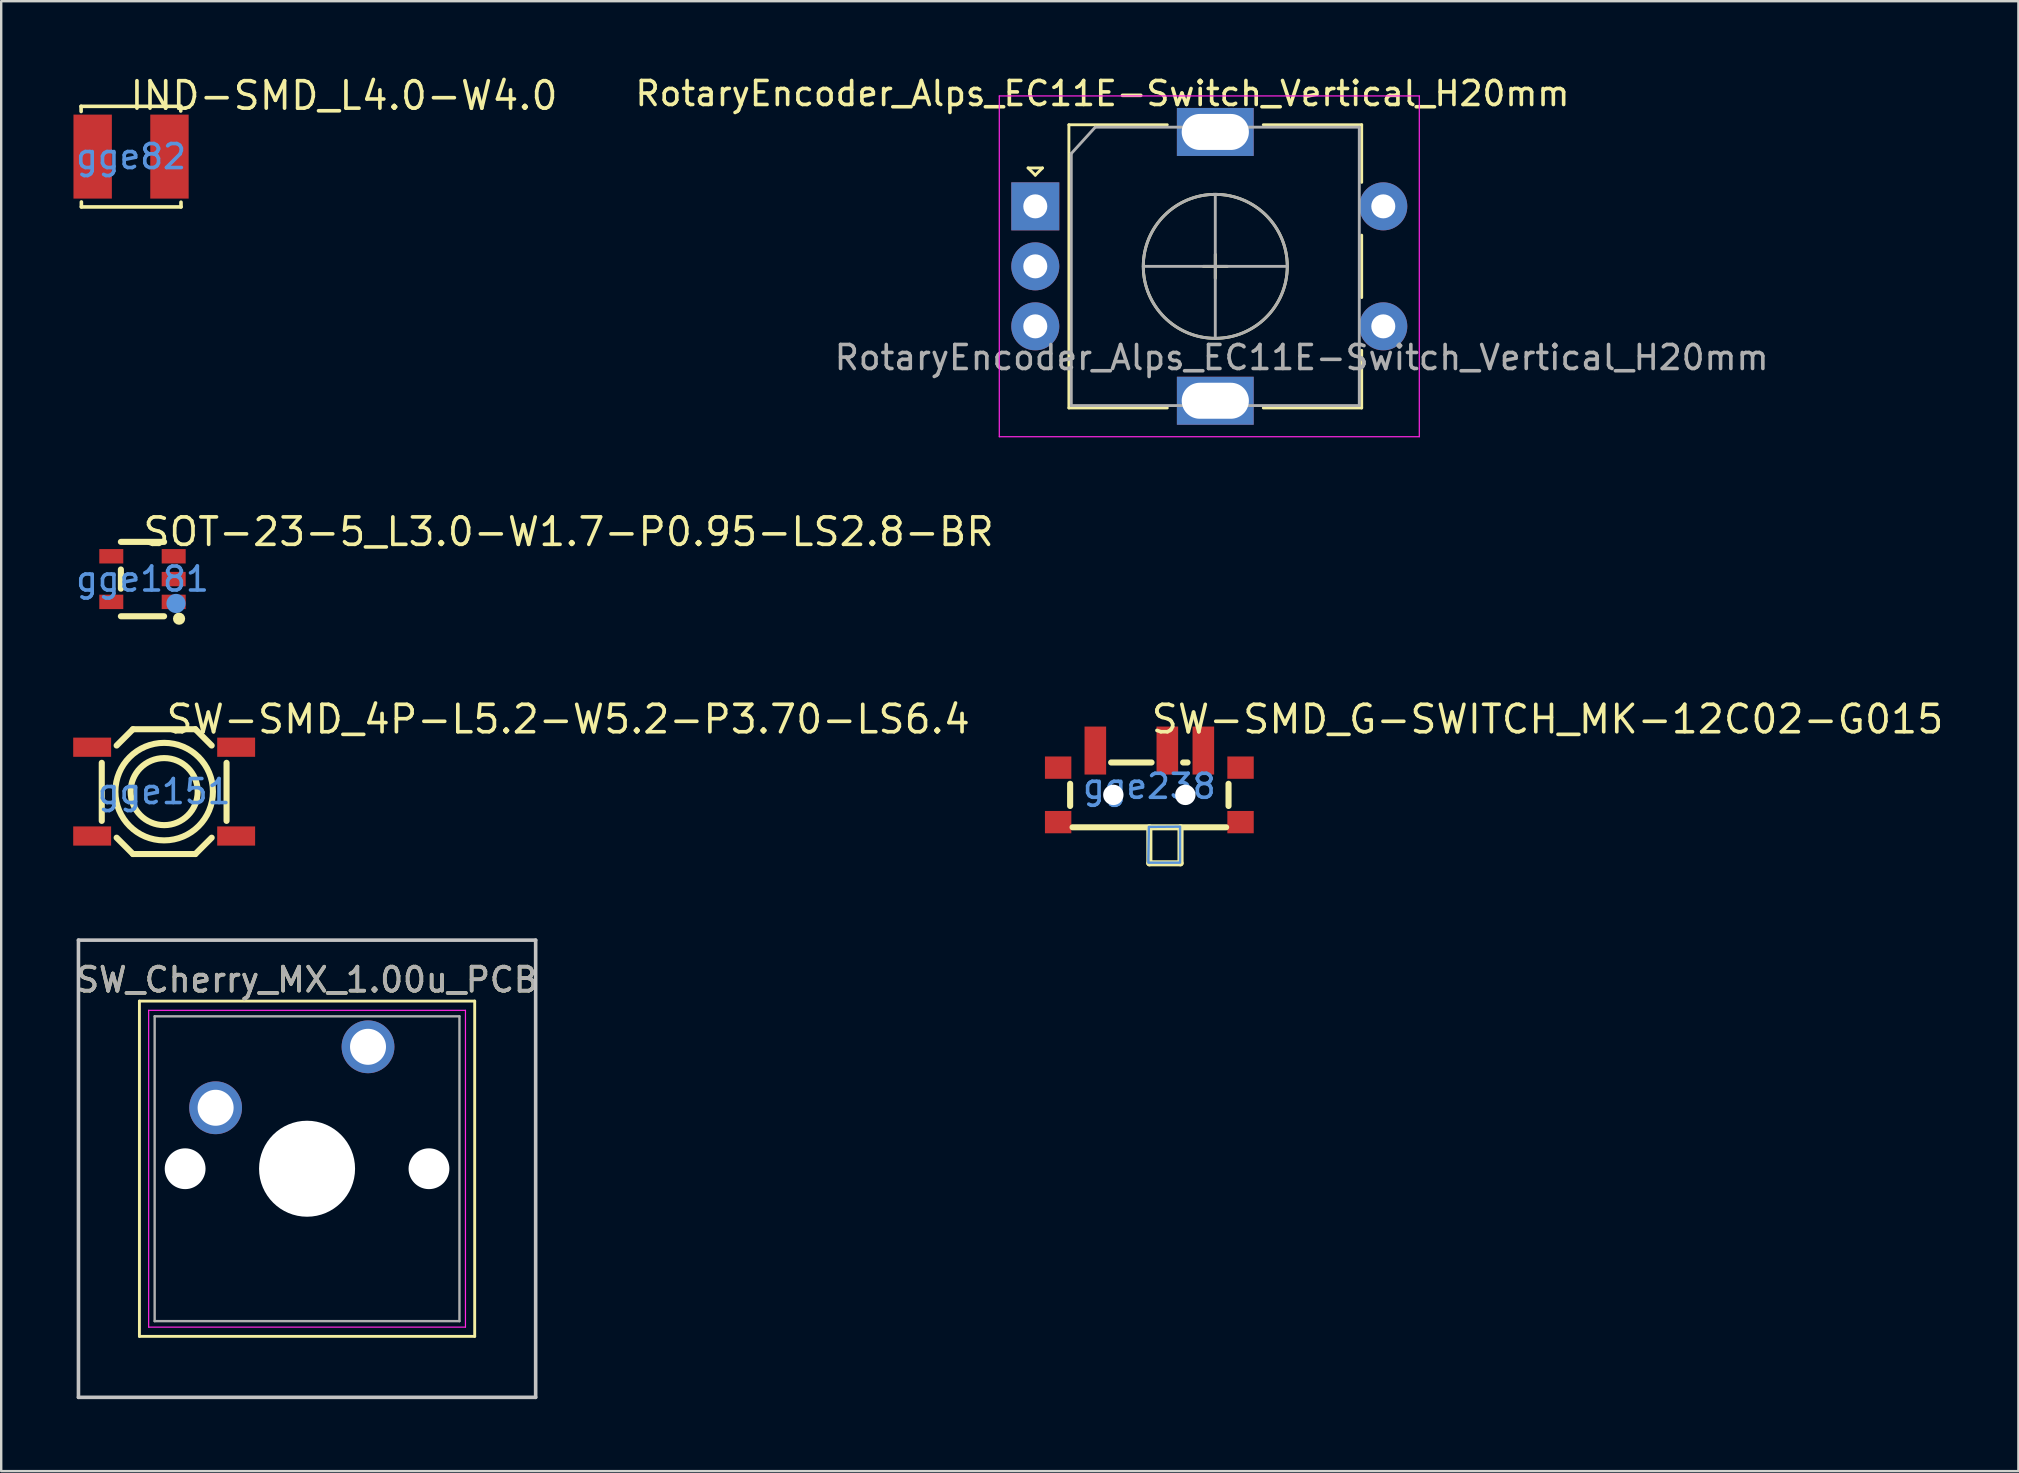
<source format=kicad_pcb>
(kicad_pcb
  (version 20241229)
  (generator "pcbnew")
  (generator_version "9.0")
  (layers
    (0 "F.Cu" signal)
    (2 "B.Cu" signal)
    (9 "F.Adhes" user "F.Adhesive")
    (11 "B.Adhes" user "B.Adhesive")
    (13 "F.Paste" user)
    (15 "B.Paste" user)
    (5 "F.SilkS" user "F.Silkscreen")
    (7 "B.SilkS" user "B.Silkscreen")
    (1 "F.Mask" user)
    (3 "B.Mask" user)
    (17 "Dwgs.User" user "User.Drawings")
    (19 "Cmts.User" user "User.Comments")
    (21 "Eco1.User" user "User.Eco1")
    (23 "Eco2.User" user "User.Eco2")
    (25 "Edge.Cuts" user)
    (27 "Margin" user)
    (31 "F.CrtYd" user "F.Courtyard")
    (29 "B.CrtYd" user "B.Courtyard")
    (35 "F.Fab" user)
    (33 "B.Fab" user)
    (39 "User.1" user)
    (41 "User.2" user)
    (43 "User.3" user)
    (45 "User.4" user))
  (footprint "SW-SMD_4P-L5.2-W5.2-P3.70-LS6.4"
    (layer "F.Cu")
    (at 3.79 29.934)
    (property "Reference" "SW-SMD_4P-L5.2-W5.2-P3.70-LS6.4" (at -0.002 -3.016 0) (layer "F.SilkS") (effects (font (size 1.143 1.143) (thickness 0.152)) (justify left)))
    (attr smd)
    (fp_line (start -2.6 -1.2) (end -2.6 1.219) (stroke (width 0.254) (type solid)) (layer "F.SilkS"))
    (fp_line (start -1.98 1.92) (end -1.3 2.6) (stroke (width 0.254) (type solid)) (layer "F.SilkS"))
    (fp_line (start -1.3 -2.6) (end -1.98 -1.92) (stroke (width 0.254) (type solid)) (layer "F.SilkS"))
    (fp_line (start -1.3 2.6) (end 1.3 2.6) (stroke (width 0.254) (type solid)) (layer "F.SilkS"))
    (fp_line (start 1.3 -2.6) (end -1.3 -2.6) (stroke (width 0.254) (type solid)) (layer "F.SilkS"))
    (fp_line (start 1.3 2.6) (end 1.98 1.92) (stroke (width 0.254) (type solid)) (layer "F.SilkS"))
    (fp_line (start 1.98 -1.92) (end 1.3 -2.6) (stroke (width 0.254) (type solid)) (layer "F.SilkS"))
    (fp_line (start 2.6 -1.2) (end 2.6 1.219) (stroke (width 0.254) (type solid)) (layer "F.SilkS"))
    (fp_circle (center 0 0) (end 1.397 0) (stroke (width 0.254) (type solid)) (fill no) (layer "F.SilkS"))
    (fp_circle (center 0 0) (end 2.032 0) (stroke (width 0.254) (type solid)) (fill no) (layer "F.SilkS"))
    (fp_text user "gge151" (at 0 0 0) (layer "Cmts.User") (effects (font (size 1 1) (thickness 0.15))))
    (pad "1" smd rect (at -3 -1.85) (size 1.58 0.8) (layers "F.Cu" "F.Mask" "F.Paste"))
    (pad "2" smd rect (at 3 -1.85) (size 1.58 0.8) (layers "F.Cu" "F.Mask" "F.Paste"))
    (pad "3" smd rect (at -3 1.85) (size 1.58 0.8) (layers "F.Cu" "F.Mask" "F.Paste"))
    (pad "4" smd rect (at 3 1.85) (size 1.58 0.8) (layers "F.Cu" "F.Mask" "F.Paste")))
  (footprint "RotaryEncoder_Alps_EC11E-Switch_Vertical_H20mm"
    (layer "F.Cu")
    (at 40.087 5.548)
    (property "Reference" "RotaryEncoder_Alps_EC11E-Switch_Vertical_H20mm" (at 2.8 -4.7 0) (layer "F.SilkS") (effects (font (size 1 1) (thickness 0.15))))
    (attr through_hole)
    (fp_line (start -0.3 -1.6) (end 0.3 -1.6) (stroke (width 0.12) (type solid)) (layer "F.SilkS"))
    (fp_line (start 0 -1.3) (end -0.3 -1.6) (stroke (width 0.12) (type solid)) (layer "F.SilkS"))
    (fp_line (start 0.3 -1.6) (end 0 -1.3) (stroke (width 0.12) (type solid)) (layer "F.SilkS"))
    (fp_line (start 1.4 -3.4) (end 1.4 8.4) (stroke (width 0.12) (type solid)) (layer "F.SilkS"))
    (fp_line (start 5.5 -3.4) (end 1.4 -3.4) (stroke (width 0.12) (type solid)) (layer "F.SilkS"))
    (fp_line (start 5.5 8.4) (end 1.4 8.4) (stroke (width 0.12) (type solid)) (layer "F.SilkS"))
    (fp_line (start 7 2.5) (end 8 2.5) (stroke (width 0.12) (type solid)) (layer "F.SilkS"))
    (fp_line (start 7.5 2) (end 7.5 3) (stroke (width 0.12) (type solid)) (layer "F.SilkS"))
    (fp_line (start 9.5 -3.4) (end 13.6 -3.4) (stroke (width 0.12) (type solid)) (layer "F.SilkS"))
    (fp_line (start 13.6 -3.4) (end 13.6 -1) (stroke (width 0.12) (type solid)) (layer "F.SilkS"))
    (fp_line (start 13.6 1.2) (end 13.6 3.8) (stroke (width 0.12) (type solid)) (layer "F.SilkS"))
    (fp_line (start 13.6 6) (end 13.6 8.4) (stroke (width 0.12) (type solid)) (layer "F.SilkS"))
    (fp_line (start 13.6 8.4) (end 9.5 8.4) (stroke (width 0.12) (type solid)) (layer "F.SilkS"))
    (fp_circle (center 7.5 2.5) (end 10.5 2.5) (stroke (width 0.12) (type solid)) (fill no) (layer "F.SilkS"))
    (fp_line (start -1.5 -4.6) (end -1.5 9.6) (stroke (width 0.05) (type solid)) (layer "F.CrtYd"))
    (fp_line (start -1.5 -4.6) (end 16 -4.6) (stroke (width 0.05) (type solid)) (layer "F.CrtYd"))
    (fp_line (start 16 9.6) (end -1.5 9.6) (stroke (width 0.05) (type solid)) (layer "F.CrtYd"))
    (fp_line (start 16 9.6) (end 16 -4.6) (stroke (width 0.05) (type solid)) (layer "F.CrtYd"))
    (fp_line (start 1.5 -2.2) (end 2.5 -3.3) (stroke (width 0.12) (type solid)) (layer "F.Fab"))
    (fp_line (start 1.5 8.3) (end 1.5 -2.2) (stroke (width 0.12) (type solid)) (layer "F.Fab"))
    (fp_line (start 2.5 -3.3) (end 13.5 -3.3) (stroke (width 0.12) (type solid)) (layer "F.Fab"))
    (fp_line (start 4.5 2.5) (end 10.5 2.5) (stroke (width 0.12) (type solid)) (layer "F.Fab"))
    (fp_line (start 7.5 -0.5) (end 7.5 5.5) (stroke (width 0.12) (type solid)) (layer "F.Fab"))
    (fp_line (start 13.5 -3.3) (end 13.5 8.3) (stroke (width 0.12) (type solid)) (layer "F.Fab"))
    (fp_line (start 13.5 8.3) (end 1.5 8.3) (stroke (width 0.12) (type solid)) (layer "F.Fab"))
    (fp_circle (center 7.5 2.5) (end 10.5 2.5) (stroke (width 0.12) (type solid)) (fill no) (layer "F.Fab"))
    (fp_text user "${REFERENCE}" (at 11.1 6.3 0) (layer "F.Fab") (effects (font (size 1 1) (thickness 0.15))))
    (pad "A" thru_hole rect (at 0 0) (size 2 2) (drill 1) (layers "*.Cu" "*.Mask"))
    (pad "B" thru_hole circle (at 0 5) (size 2 2) (drill 1) (layers "*.Cu" "*.Mask"))
    (pad "C" thru_hole circle (at 0 2.5) (size 2 2) (drill 1) (layers "*.Cu" "*.Mask"))
    (pad "MP" thru_hole rect (at 7.5 -3.1) (size 3.2 2) (drill oval 2.8 1.5) (layers "*.Cu" "*.Mask"))
    (pad "MP" thru_hole rect (at 7.5 8.1) (size 3.2 2) (drill oval 2.8 1.5) (layers "*.Cu" "*.Mask"))
    (pad "S1" thru_hole circle (at 14.5 5) (size 2 2) (drill 1) (layers "*.Cu" "*.Mask"))
    (pad "S2" thru_hole circle (at 14.5 0) (size 2 2) (drill 1) (layers "*.Cu" "*.Mask")))
  (footprint "SW-SMD_G-SWITCH_MK-12C02-G015"
    (layer "F.Cu")
    (at 44.839 29.714)
    (property "Reference" "SW-SMD_G-SWITCH_MK-12C02-G015" (at 0 -2.796 0) (layer "F.SilkS") (effects (font (size 1.143 1.143) (thickness 0.152)) (justify left)))
    (attr smd)
    (fp_line (start -3.3 0.818) (end -3.3 -0.106) (stroke (width 0.254) (type solid)) (layer "F.SilkS"))
    (fp_line (start 0 3.206) (end 0 1.706) (stroke (width 0.254) (type solid)) (layer "F.SilkS"))
    (fp_line (start 0.092 -0.994) (end -1.592 -0.994) (stroke (width 0.254) (type solid)) (layer "F.SilkS"))
    (fp_line (start 1.3 1.706) (end 1.3 3.206) (stroke (width 0.254) (type solid)) (layer "F.SilkS"))
    (fp_line (start 1.3 3.206) (end 0 3.206) (stroke (width 0.254) (type solid)) (layer "F.SilkS"))
    (fp_line (start 1.592 -0.994) (end 1.408 -0.994) (stroke (width 0.254) (type solid)) (layer "F.SilkS"))
    (fp_line (start 3.2 1.706) (end -3.2 1.706) (stroke (width 0.254) (type solid)) (layer "F.SilkS"))
    (fp_line (start 3.3 0.818) (end 3.3 -0.106) (stroke (width 0.254) (type solid)) (layer "F.SilkS"))
    (fp_circle (center -1.5 0.356) (end -1.325 0.356) (stroke (width 0.35) (type solid)) (fill no) (layer "Cmts.User"))
    (fp_circle (center 1.5 0.356) (end 1.675 0.356) (stroke (width 0.35) (type solid)) (fill no) (layer "Cmts.User"))
    (fp_poly (pts (xy -0.02 1.69) (xy 1.28 1.68) (xy 1.28 3.18) (xy -0.04 3.18) (xy -0.04 3)) (stroke (width 0.1) (type solid)) (fill no) (layer "Cmts.User"))
    (fp_text user "gge238" (at 0 0 0) (layer "Cmts.User") (effects (font (size 1 1) (thickness 0.15))))
    (pad "" np_thru_hole circle (at -1.5 0.356) (size 0.85 0.85) (drill 0.85) (layers "*.Cu" "*.Mask"))
    (pad "" np_thru_hole circle (at 1.5 0.356) (size 0.85 0.85) (drill 0.85) (layers "*.Cu" "*.Mask"))
    (pad "1" smd rect (at -2.25 -1.491) (size 0.9 2) (layers "F.Cu" "F.Mask" "F.Paste"))
    (pad "2" smd rect (at 0.75 -1.491) (size 0.9 2) (layers "F.Cu" "F.Mask" "F.Paste"))
    (pad "3" smd rect (at 2.25 -1.491) (size 0.9 2) (layers "F.Cu" "F.Mask" "F.Paste"))
    (pad "4" smd rect (at 3.8 -0.779) (size 1.1 0.93) (layers "F.Cu" "F.Mask" "F.Paste"))
    (pad "5" smd rect (at 3.8 1.491) (size 1.1 0.93) (layers "F.Cu" "F.Mask" "F.Paste"))
    (pad "6" smd rect (at -3.8 1.491) (size 1.1 0.93) (layers "F.Cu" "F.Mask" "F.Paste"))
    (pad "7" smd rect (at -3.8 -0.779 180) (size 1.1 0.93) (layers "F.Cu" "F.Mask" "F.Paste")))
  (footprint "SW_Cherry_MX_1.00u_PCB"
    (layer "F.Cu")
    (at 12.284 40.567)
    (property "Reference" "SW_Cherry_MX_1.00u_PCB" (at -2.54 -2.794 0) (layer "F.SilkS") (effects (font (size 1 1) (thickness 0.15))))
    (attr through_hole)
    (fp_line (start -9.525 -1.905) (end 4.445 -1.905) (stroke (width 0.12) (type solid)) (layer "F.SilkS"))
    (fp_line (start -9.525 12.065) (end -9.525 -1.905) (stroke (width 0.12) (type solid)) (layer "F.SilkS"))
    (fp_line (start 4.445 -1.905) (end 4.445 12.065) (stroke (width 0.12) (type solid)) (layer "F.SilkS"))
    (fp_line (start 4.445 12.065) (end -9.525 12.065) (stroke (width 0.12) (type solid)) (layer "F.SilkS"))
    (fp_line (start -12.065 -4.445) (end 6.985 -4.445) (stroke (width 0.15) (type solid)) (layer "Dwgs.User"))
    (fp_line (start -12.065 14.605) (end -12.065 -4.445) (stroke (width 0.15) (type solid)) (layer "Dwgs.User"))
    (fp_line (start 6.985 -4.445) (end 6.985 14.605) (stroke (width 0.15) (type solid)) (layer "Dwgs.User"))
    (fp_line (start 6.985 14.605) (end -12.065 14.605) (stroke (width 0.15) (type solid)) (layer "Dwgs.User"))
    (fp_line (start -9.14 -1.52) (end 4.06 -1.52) (stroke (width 0.05) (type solid)) (layer "F.CrtYd"))
    (fp_line (start -9.14 11.68) (end -9.14 -1.52) (stroke (width 0.05) (type solid)) (layer "F.CrtYd"))
    (fp_line (start 4.06 -1.52) (end 4.06 11.68) (stroke (width 0.05) (type solid)) (layer "F.CrtYd"))
    (fp_line (start 4.06 11.68) (end -9.14 11.68) (stroke (width 0.05) (type solid)) (layer "F.CrtYd"))
    (fp_line (start -8.89 -1.27) (end 3.81 -1.27) (stroke (width 0.1) (type solid)) (layer "F.Fab"))
    (fp_line (start -8.89 11.43) (end -8.89 -1.27) (stroke (width 0.1) (type solid)) (layer "F.Fab"))
    (fp_line (start 3.81 -1.27) (end 3.81 11.43) (stroke (width 0.1) (type solid)) (layer "F.Fab"))
    (fp_line (start 3.81 11.43) (end -8.89 11.43) (stroke (width 0.1) (type solid)) (layer "F.Fab"))
    (fp_text user "${REFERENCE}" (at -2.54 -2.794 0) (layer "F.Fab") (effects (font (size 1 1) (thickness 0.15))))
    (pad "" np_thru_hole circle (at -7.62 5.08) (size 1.7 1.7) (drill 1.7) (layers "*.Cu" "*.Mask"))
    (pad "" np_thru_hole circle (at -2.54 5.08) (size 4 4) (drill 4) (layers "*.Cu" "*.Mask"))
    (pad "" np_thru_hole circle (at 2.54 5.08) (size 1.7 1.7) (drill 1.7) (layers "*.Cu" "*.Mask"))
    (pad "1" thru_hole circle (at 0 0) (size 2.2 2.2) (drill 1.5) (layers "*.Cu" "*.Mask"))
    (pad "2" thru_hole circle (at -6.35 2.54) (size 2.2 2.2) (drill 1.5) (layers "*.Cu" "*.Mask")))
  (footprint "IND-SMD_L4.0-W4.0"
    (layer "F.Cu")
    (at 2.411 3.475)
    (property "Reference" "IND-SMD_L4.0-W4.0" (at -0.127 -2.54 0) (layer "F.SilkS") (effects (font (size 1.143 1.143) (thickness 0.152)) (justify left)))
    (attr smd)
    (fp_line (start -2.083 -2.095) (end -2.08 -1.88) (stroke (width 0.15) (type solid)) (layer "F.SilkS"))
    (fp_line (start -2.07 1.89) (end -2.07 2.096) (stroke (width 0.15) (type solid)) (layer "F.SilkS"))
    (fp_line (start -2.07 2.096) (end 2.082 2.096) (stroke (width 0.15) (type solid)) (layer "F.SilkS"))
    (fp_line (start 2.07 -2.095) (end -2.083 -2.095) (stroke (width 0.15) (type solid)) (layer "F.SilkS"))
    (fp_line (start 2.07 -1.9) (end 2.07 -2.095) (stroke (width 0.15) (type solid)) (layer "F.SilkS"))
    (fp_line (start 2.082 2.096) (end 2.08 1.9) (stroke (width 0.15) (type solid)) (layer "F.SilkS"))
    (fp_text user "gge82" (at 0 0 0) (layer "Cmts.User") (effects (font (size 1 1) (thickness 0.15))))
    (pad "1" smd rect (at -1.6 0) (size 1.6 3.5) (layers "F.Cu" "F.Mask" "F.Paste"))
    (pad "2" smd rect (at 1.6 0) (size 1.6 3.5) (layers "F.Cu" "F.Mask" "F.Paste")))
  (footprint "SOT-23-5_L3.0-W1.7-P0.95-LS2.8-BR"
    (layer "F.Cu")
    (at 2.887 21.078)
    (property "Reference" "SOT-23-5_L3.0-W1.7-P0.95-LS2.8-BR" (at -0.064 -1.969 0) (layer "F.SilkS") (effects (font (size 1.143 1.143) (thickness 0.152)) (justify left)))
    (attr smd)
    (fp_line (start -0.9 -1.55) (end 0.9 -1.55) (stroke (width 0.254) (type solid)) (layer "F.SilkS"))
    (fp_line (start -0.9 0.4) (end -0.9 -0.4) (stroke (width 0.254) (type solid)) (layer "F.SilkS"))
    (fp_line (start -0.9 1.55) (end 0.9 1.55) (stroke (width 0.254) (type solid)) (layer "F.SilkS"))
    (fp_circle (center 1.524 1.651) (end 1.651 1.651) (stroke (width 0.254) (type solid)) (fill no) (layer "F.SilkS"))
    (fp_circle (center 1.397 1.016) (end 1.597 1.016) (stroke (width 0.4) (type solid)) (fill no) (layer "Cmts.User"))
    (fp_text user "gge181" (at 0 0 0) (layer "Cmts.User") (effects (font (size 1 1) (thickness 0.15))))
    (pad "1" smd rect (at 1.3 0.95) (size 1 0.6) (layers "F.Cu" "F.Mask" "F.Paste"))
    (pad "2" smd rect (at 1.3 0) (size 1 0.6) (layers "F.Cu" "F.Mask" "F.Paste"))
    (pad "3" smd rect (at 1.3 -0.95) (size 1 0.6) (layers "F.Cu" "F.Mask" "F.Paste"))
    (pad "4" smd rect (at -1.3 -0.95) (size 1 0.6) (layers "F.Cu" "F.Mask" "F.Paste"))
    (pad "5" smd rect (at -1.3 0.95) (size 1 0.6) (layers "F.Cu" "F.Mask" "F.Paste")))
  (gr_rect
    (start -3 -3)
    (end 81.05 58.247)
    (stroke (width 0.1) (type default))
    (fill no)
    (layer "Edge.Cuts")))
</source>
